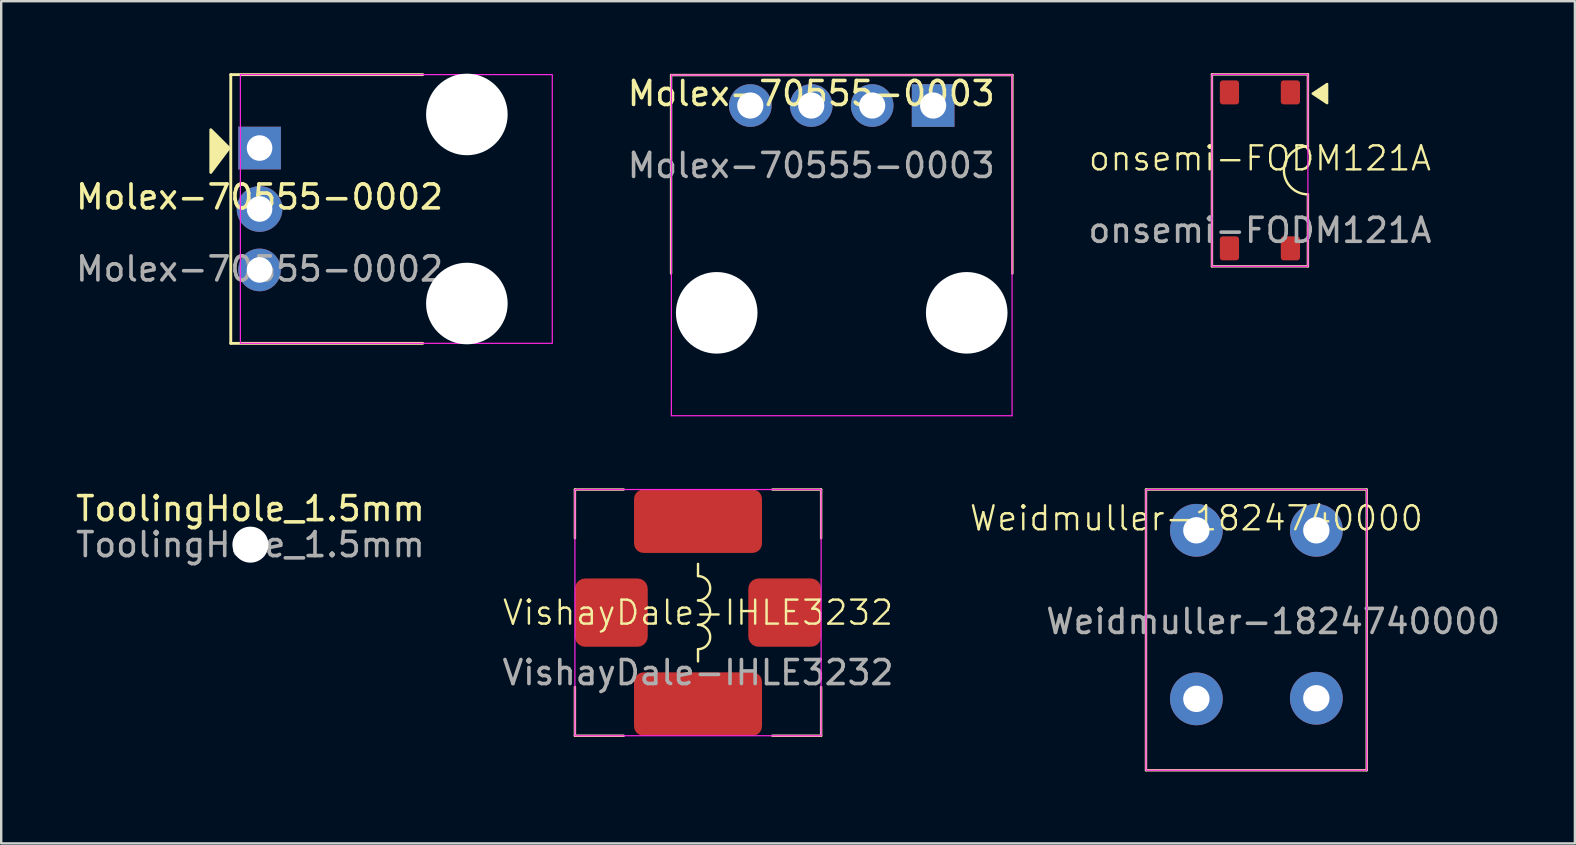
<source format=kicad_pcb>
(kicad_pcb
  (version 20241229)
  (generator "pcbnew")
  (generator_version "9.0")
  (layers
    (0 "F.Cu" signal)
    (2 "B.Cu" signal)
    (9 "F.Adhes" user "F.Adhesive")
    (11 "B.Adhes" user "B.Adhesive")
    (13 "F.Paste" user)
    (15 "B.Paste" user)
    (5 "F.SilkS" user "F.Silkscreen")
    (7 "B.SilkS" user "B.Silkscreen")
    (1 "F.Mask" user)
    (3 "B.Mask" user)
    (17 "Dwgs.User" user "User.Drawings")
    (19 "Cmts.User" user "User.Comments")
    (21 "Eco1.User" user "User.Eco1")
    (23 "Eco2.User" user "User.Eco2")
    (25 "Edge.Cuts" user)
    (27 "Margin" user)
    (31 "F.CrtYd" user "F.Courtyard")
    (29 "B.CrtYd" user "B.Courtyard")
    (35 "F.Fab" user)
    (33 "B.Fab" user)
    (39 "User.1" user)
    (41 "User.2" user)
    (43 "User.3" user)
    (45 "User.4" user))
  (footprint "ToolingHole_1.5mm"
    (layer "F.Cu")
    (at 7.387 19.65)
    (property "Reference" "ToolingHole_1.5mm" (at 0 -1.5 0) (layer "F.SilkS") (effects (font (size 1 1) (thickness 0.15))))
    (attr exclude_from_pos_files exclude_from_bom)
    (fp_circle (center 0 0) (end 0.7 0) (stroke (width 0.05) (type solid)) (fill no) (layer "F.CrtYd"))
    (fp_text user "${REFERENCE}" (at 0 0 0) (layer "F.Fab") (effects (font (size 1 1) (thickness 0.15))))
    (pad "" np_thru_hole circle (at 0 0) (size 1.5 1.5) (drill 1.5) (layers "*.Cu" "*.Mask"))
    (zone (net_name "") (layers "F.Cu" "B.Cu") (hatch edge 0.5) (connect_pads) (min_thickness 0.25) (filled_areas_thickness no) (keepout (tracks not_allowed) (vias allowed) (pads allowed) (copperpour not_allowed) (footprints not_allowed)) (placement (enabled no)) (fill) (polygon (pts (xy 8.087 19.65) (xy 8.067 19.483) (xy 8.007 19.325) (xy 7.911 19.186) (xy 7.785 19.074) (xy 7.635 18.996) (xy 7.471 18.955) (xy 7.303 18.955) (xy 7.139 18.996) (xy 6.989 19.074) (xy 6.863 19.186) (xy 6.767 19.325) (xy 6.707 19.483) (xy 6.687 19.65) (xy 6.707 19.818) (xy 6.767 19.975) (xy 6.863 20.114) (xy 6.989 20.226) (xy 7.139 20.305) (xy 7.303 20.345) (xy 7.471 20.345) (xy 7.635 20.305) (xy 7.785 20.226) (xy 7.911 20.114) (xy 8.007 19.975) (xy 8.067 19.818)))))
  (footprint "VishayDale-IHLE3232"
    (layer "F.Cu")
    (at 26.042 22.483)
    (property "Reference" "VishayDale-IHLE3232" (at 0 0 0) (unlocked yes) (layer "F.SilkS") (effects (font (size 1 1) (thickness 0.1))))
    (attr smd)
    (fp_line (start -5.131 -5.131) (end -3.099 -5.131) (stroke (width 0.1) (type default)) (layer "F.SilkS"))
    (fp_line (start -5.131 -3.099) (end -5.131 -5.131) (stroke (width 0.1) (type default)) (layer "F.SilkS"))
    (fp_line (start -5.131 5.131) (end -5.131 3.099) (stroke (width 0.1) (type default)) (layer "F.SilkS"))
    (fp_line (start -3.099 5.131) (end -5.131 5.131) (stroke (width 0.1) (type default)) (layer "F.SilkS"))
    (fp_line (start 0 -1.524) (end 0 -2.032) (stroke (width 0.1) (type default)) (layer "F.SilkS"))
    (fp_line (start 0 2.032) (end 0 1.524) (stroke (width 0.1) (type default)) (layer "F.SilkS"))
    (fp_line (start 3.099 -5.131) (end 5.131 -5.131) (stroke (width 0.1) (type default)) (layer "F.SilkS"))
    (fp_line (start 5.131 -5.131) (end 5.131 -3.099) (stroke (width 0.1) (type default)) (layer "F.SilkS"))
    (fp_line (start 5.131 3.099) (end 5.131 5.131) (stroke (width 0.1) (type default)) (layer "F.SilkS"))
    (fp_line (start 5.131 5.131) (end 3.099 5.131) (stroke (width 0.1) (type default)) (layer "F.SilkS"))
    (fp_arc (start 0 -1.524) (mid 0.508 -1.016) (end 0 -0.508) (stroke (width 0.1) (type default)) (layer "F.SilkS"))
    (fp_arc (start 0 -0.508) (mid 0.508 0) (end 0 0.508) (stroke (width 0.1) (type default)) (layer "F.SilkS"))
    (fp_arc (start 0 0.508) (mid 0.508 1.016) (end 0 1.524) (stroke (width 0.1) (type default)) (layer "F.SilkS"))
    (fp_rect (start -5.131 -5.131) (end 5.131 5.131) (stroke (width 0.05) (type default)) (fill no) (layer "F.CrtYd"))
    (fp_text user "${REFERENCE}" (at 0 2.5 0) (unlocked yes) (layer "F.Fab") (effects (font (size 1 1) (thickness 0.15))))
    (pad "1" smd roundrect (at 0 -3.81) (size 5.334 2.642) (layers "F.Cu" "F.Mask" "F.Paste") (roundrect_rratio 0.15))
    (pad "2" smd roundrect (at 0 3.81) (size 5.334 2.642) (layers "F.Cu" "F.Mask" "F.Paste") (roundrect_rratio 0.15))
    (pad "3" smd roundrect (at -3.613 0) (size 3.035 2.845) (layers "F.Cu" "F.Mask" "F.Paste") (roundrect_rratio 0.15))
    (pad "3" smd roundrect (at 3.613 0) (size 3.035 2.845) (layers "F.Cu" "F.Mask" "F.Paste") (roundrect_rratio 0.15)))
  (footprint "Molex-70555-0002"
    (layer "F.Cu")
    (at 7.768 5.66)
    (property "Reference" "Molex-70555-0002" (at 0 -0.5 0) (unlocked yes) (layer "F.SilkS") (effects (font (size 1 1) (thickness 0.15))))
    (attr through_hole)
    (fp_line (start -1.2 -5.6) (end -1.2 5.6) (stroke (width 0.12) (type solid)) (layer "F.SilkS"))
    (fp_line (start -1.2 5.6) (end 6.8 5.6) (stroke (width 0.12) (type solid)) (layer "F.SilkS"))
    (fp_line (start 6.8 -5.6) (end -1.2 -5.6) (stroke (width 0.12) (type solid)) (layer "F.SilkS"))
    (fp_poly (pts (xy -1.27 -2.54) (xy -2.032 -1.524) (xy -2.032 -3.302)) (stroke (width 0.12) (type solid)) (fill yes) (layer "F.SilkS"))
    (fp_rect (start -0.8 -5.6) (end 12.2 5.6) (stroke (width 0.05) (type solid)) (fill no) (layer "F.CrtYd"))
    (fp_text user "${REFERENCE}" (at 0 2.5 0) (unlocked yes) (layer "F.Fab") (effects (font (size 1 1) (thickness 0.15))))
    (pad "" np_thru_hole circle (at 8.64 -3.94) (size 3.4 3.4) (drill 3.4) (layers "*.Cu" "*.Mask"))
    (pad "" np_thru_hole circle (at 8.64 3.94) (size 3.4 3.4) (drill 3.4) (layers "*.Cu" "*.Mask"))
    (pad "1" thru_hole rect (at 0 -2.54) (size 1.778 1.778) (drill 1.067) (layers "*.Cu" "*.Mask"))
    (pad "2" thru_hole circle (at 0 0) (size 1.905 1.905) (drill 1.067) (layers "*.Cu" "*.Mask"))
    (pad "3" thru_hole circle (at 0 2.54) (size 1.778 1.778) (drill 1.067) (layers "*.Cu" "*.Mask")))
  (footprint "Molex-70555-0003"
    (layer "F.Cu")
    (at 30.761 1.348)
    (property "Reference" "Molex-70555-0003" (at 0 -0.5 0) (unlocked yes) (layer "F.SilkS") (effects (font (size 1 1) (thickness 0.15))))
    (attr through_hole)
    (fp_line (start -5.842 -1.27) (end -5.842 7) (stroke (width 0.1) (type default)) (layer "F.SilkS"))
    (fp_line (start -5.842 -1.27) (end 8.382 -1.27) (stroke (width 0.1) (type default)) (layer "F.SilkS"))
    (fp_line (start 8.382 -1.27) (end 8.382 7) (stroke (width 0.1) (type default)) (layer "F.SilkS"))
    (fp_line (start -5.83 -1.27) (end -5.83 12.929) (stroke (width 0.05) (type default)) (layer "F.CrtYd"))
    (fp_line (start -5.83 -1.27) (end 8.37 -1.27) (stroke (width 0.05) (type default)) (layer "F.CrtYd"))
    (fp_line (start -5.83 12.929) (end 8.37 12.929) (stroke (width 0.05) (type default)) (layer "F.CrtYd"))
    (fp_line (start 8.37 -1.27) (end 8.37 12.929) (stroke (width 0.05) (type default)) (layer "F.CrtYd"))
    (fp_text user "${REFERENCE}" (at 0 2.5 0) (unlocked yes) (layer "F.Fab") (effects (font (size 1 1) (thickness 0.15))))
    (pad "" np_thru_hole circle (at -3.94 8.64) (size 3.4 3.4) (drill 3.4) (layers "*.Cu" "*.Mask"))
    (pad "" np_thru_hole circle (at 6.48 8.64) (size 3.4 3.4) (drill 3.4) (layers "*.Cu" "*.Mask"))
    (pad "1" thru_hole rect (at 5.08 0) (size 1.778 1.778) (drill 1.092) (layers "*.Cu" "*.Mask"))
    (pad "2" thru_hole circle (at 2.54 0) (size 1.778 1.778) (drill 1.092) (layers "*.Cu" "*.Mask"))
    (pad "3" thru_hole circle (at 0 0) (size 1.778 1.778) (drill 1.092) (layers "*.Cu" "*.Mask"))
    (pad "4" thru_hole circle (at -2.54 0) (size 1.778 1.778) (drill 1.092) (layers "*.Cu" "*.Mask")))
  (footprint "Weidmuller-1824740000"
    (layer "F.Cu")
    (at 46.812 19.052)
    (property "Reference" "Weidmuller-1824740000" (at 0 -0.5 0) (unlocked yes) (layer "F.SilkS") (effects (font (size 1 1) (thickness 0.1))))
    (attr through_hole)
    (fp_line (start -2.1 -1.7) (end -2.1 10) (stroke (width 0.1) (type default)) (layer "F.SilkS"))
    (fp_line (start -2.1 -1.7) (end 7.1 -1.7) (stroke (width 0.1) (type default)) (layer "F.SilkS"))
    (fp_line (start -2.1 10) (end 7.1 10) (stroke (width 0.1) (type default)) (layer "F.SilkS"))
    (fp_line (start 7.1 -1.7) (end 7.1 10) (stroke (width 0.1) (type default)) (layer "F.SilkS"))
    (fp_rect (start -2.1 10) (end 7.1 -1.7) (stroke (width 0.05) (type default)) (fill no) (layer "F.CrtYd"))
    (fp_text user "${REFERENCE}" (at 3.2 3.8 0) (unlocked yes) (layer "F.Fab") (effects (font (size 1 1) (thickness 0.15))))
    (pad "1" thru_hole circle (at 0 0) (size 2.2 2.2) (drill 1.1) (layers "*.Cu" "*.Mask"))
    (pad "1" thru_hole circle (at 0 7.025) (size 2.2 2.2) (drill 1.1) (layers "*.Cu" "*.Mask"))
    (pad "2" thru_hole circle (at 5 0) (size 2.2 2.2) (drill 1.1) (layers "*.Cu" "*.Mask"))
    (pad "2" thru_hole circle (at 5 7) (size 2.2 2.2) (drill 1.1) (layers "*.Cu" "*.Mask")))
  (footprint "onsemi-FODM121A"
    (layer "F.Cu")
    (at 49.461 4.05)
    (property "Reference" "onsemi-FODM121A" (at 0 -0.5 0) (unlocked yes) (layer "F.SilkS") (effects (font (size 1 1) (thickness 0.1))))
    (attr smd)
    (fp_line (start -2 -4) (end -2 4) (stroke (width 0.1) (type default)) (layer "F.SilkS"))
    (fp_line (start -2 -4) (end 2 -4) (stroke (width 0.1) (type default)) (layer "F.SilkS"))
    (fp_line (start -2 4) (end 2 4) (stroke (width 0.1) (type default)) (layer "F.SilkS"))
    (fp_line (start 2 -4) (end 2 -1) (stroke (width 0.1) (type default)) (layer "F.SilkS"))
    (fp_line (start 2 1) (end 2 4) (stroke (width 0.1) (type default)) (layer "F.SilkS"))
    (fp_arc (start 2 1) (mid 1 0) (end 2 -1) (stroke (width 0.1) (type default)) (layer "F.SilkS"))
    (fp_poly (pts (xy 2.2 -3.2) (xy 2.8 -3.6) (xy 2.8 -2.8)) (stroke (width 0.1) (type solid)) (fill yes) (layer "F.SilkS"))
    (fp_rect (start -2 -4) (end 2 4) (stroke (width 0.05) (type default)) (fill no) (layer "F.CrtYd"))
    (fp_text user "${REFERENCE}" (at 0 2.5 0) (unlocked yes) (layer "F.Fab") (effects (font (size 1 1) (thickness 0.15))))
    (pad "1" smd roundrect (at 1.27 -3.25) (size 0.8 1) (layers "F.Cu" "F.Mask" "F.Paste") (roundrect_rratio 0.15))
    (pad "2" smd roundrect (at -1.27 -3.25) (size 0.8 1) (layers "F.Cu" "F.Mask" "F.Paste") (roundrect_rratio 0.15))
    (pad "3" smd roundrect (at -1.27 3.25) (size 0.8 1) (layers "F.Cu" "F.Mask" "F.Paste") (roundrect_rratio 0.15))
    (pad "4" smd roundrect (at 1.27 3.25) (size 0.8 1) (layers "F.Cu" "F.Mask" "F.Paste") (roundrect_rratio 0.15)))
  (gr_rect
    (start -3 -3)
    (end 62.589 32.102)
    (stroke (width 0.1) (type default))
    (fill no)
    (layer "Edge.Cuts")))
</source>
